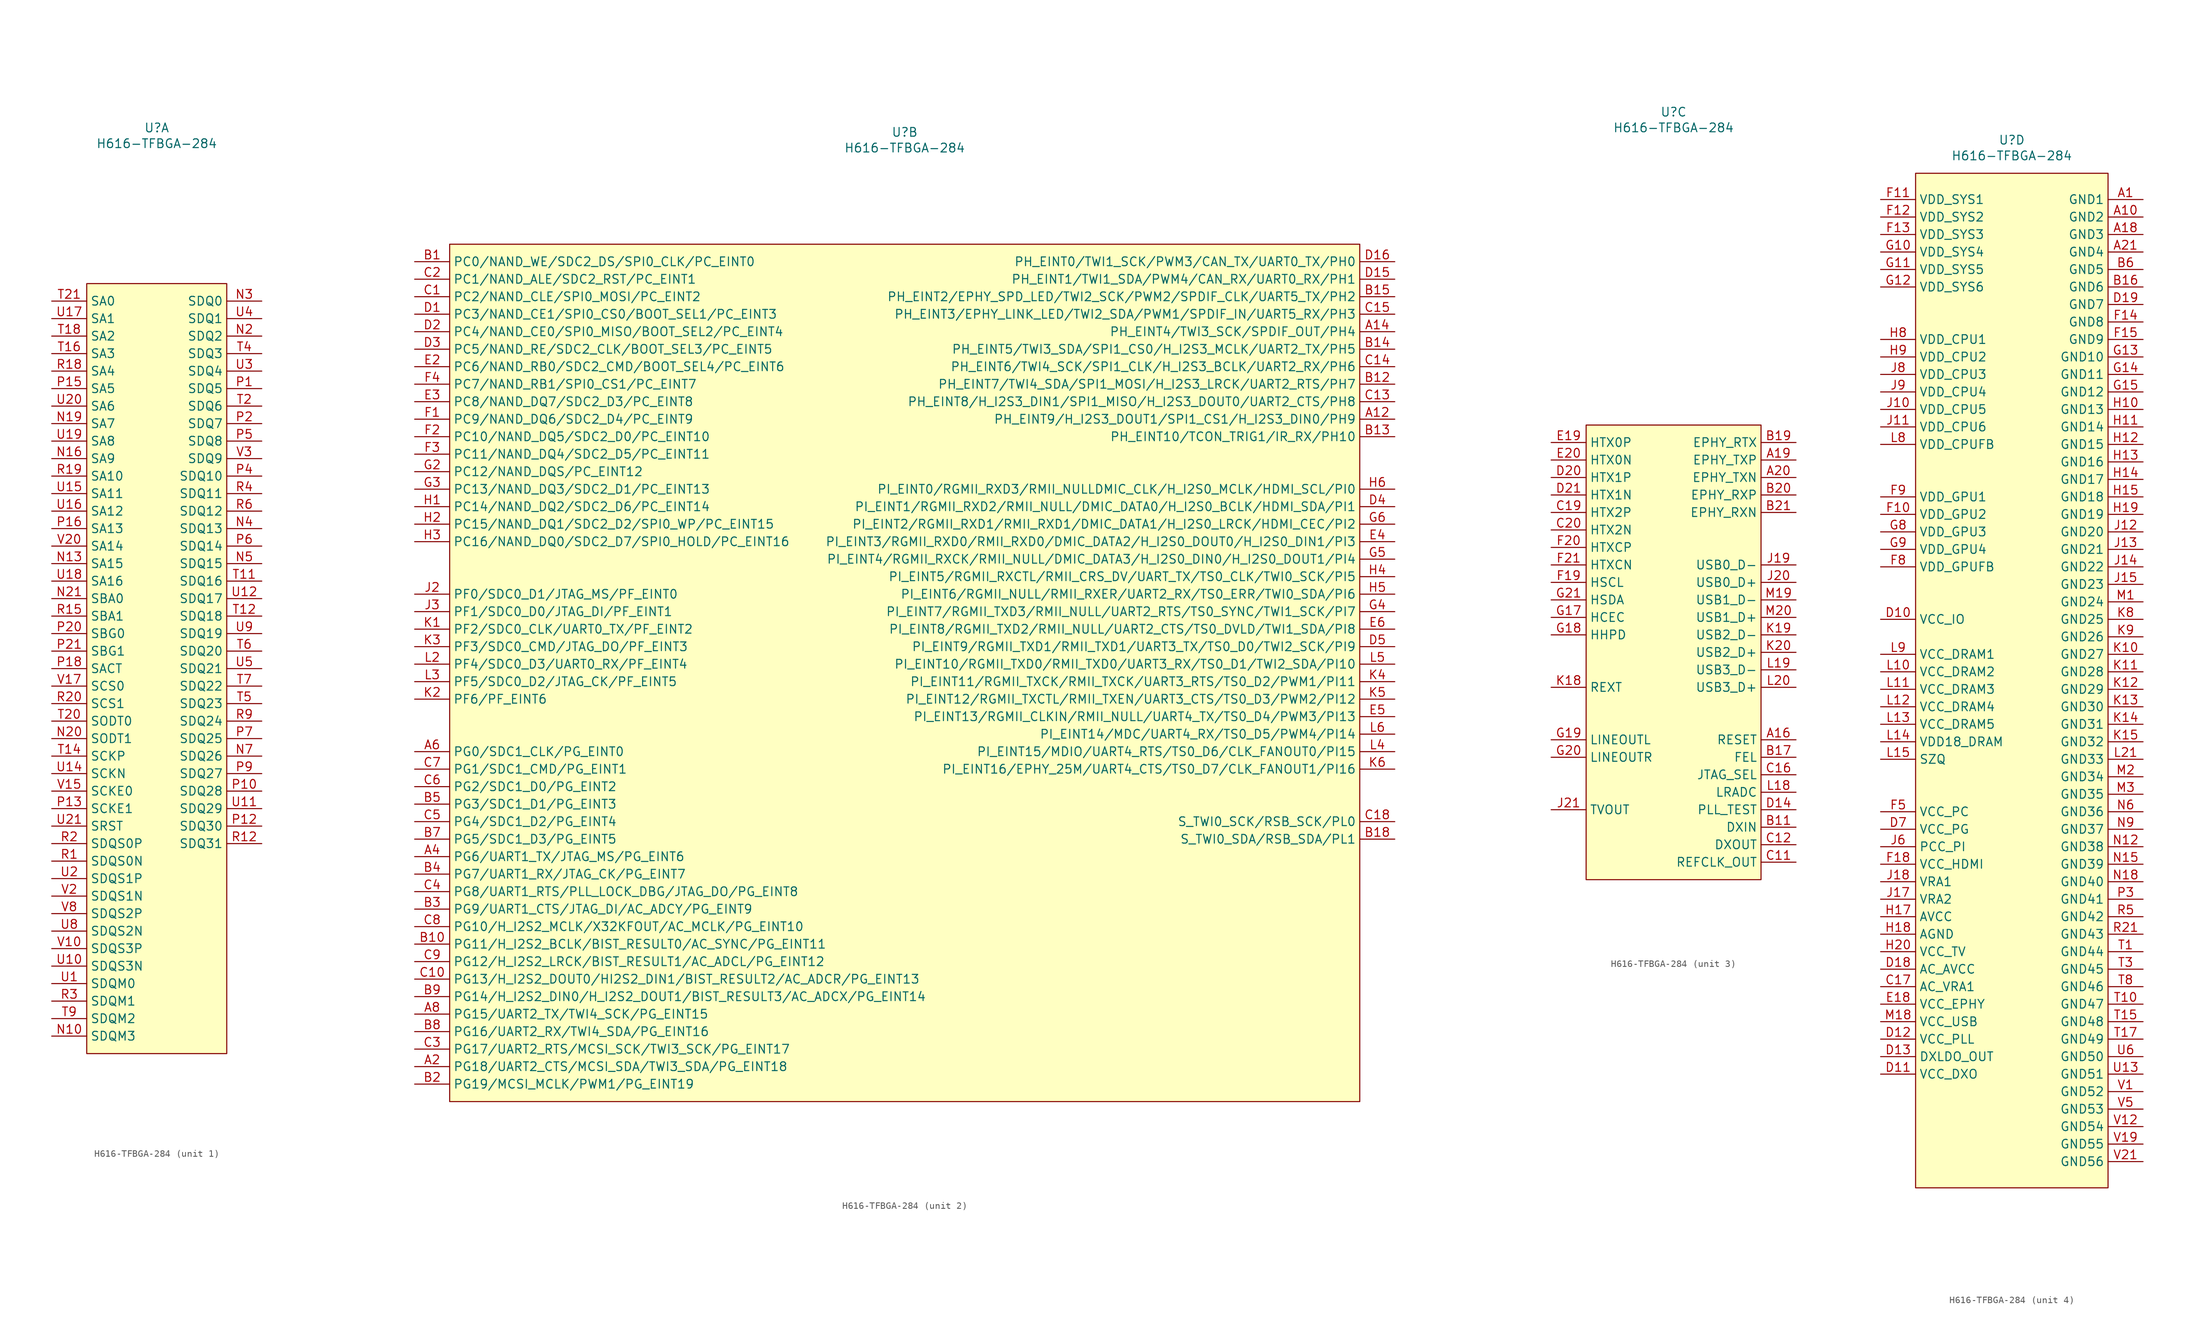
<source format=kicad_sym>
(kicad_symbol_lib
  (version 20241209)
  (generator "kicad_symbol_editor")
  (generator_version "9.0")
  (symbol "H616-TFBGA-284"
    (property "Reference" "U"
      (at 0 78.486 0)
      (effects (font (size 1.27 1.27))))
    (property "Value" "H616-TFBGA-284"
      (at 0 76.2 0)
      (effects (font (size 1.27 1.27))))
    (property "ki_locked" ""
      (at 0 0 0)
      (effects (font (size 1.27 1.27))))
    (symbol "H616-TFBGA-284_1_1"
      (rectangle (start -10.16 55.88) (end 10.16 -55.88) (stroke (width 0) (type solid)) (fill (type color) (color 255 255 194 1)))
      (pin output line (at -15.24 53.34 0) (length 5.08) (name "SA0" (effects (font (size 1.27 1.27)))) (number "T21" (effects (font (size 1.27 1.27)))))
      (pin output line (at -15.24 50.8 0) (length 5.08) (name "SA1" (effects (font (size 1.27 1.27)))) (number "U17" (effects (font (size 1.27 1.27)))))
      (pin output line (at -15.24 48.26 0) (length 5.08) (name "SA2" (effects (font (size 1.27 1.27)))) (number "T18" (effects (font (size 1.27 1.27)))))
      (pin output line (at -15.24 45.72 0) (length 5.08) (name "SA3" (effects (font (size 1.27 1.27)))) (number "T16" (effects (font (size 1.27 1.27)))))
      (pin output line (at -15.24 43.18 0) (length 5.08) (name "SA4" (effects (font (size 1.27 1.27)))) (number "R18" (effects (font (size 1.27 1.27)))))
      (pin output line (at -15.24 40.64 0) (length 5.08) (name "SA5" (effects (font (size 1.27 1.27)))) (number "P15" (effects (font (size 1.27 1.27)))))
      (pin output line (at -15.24 38.1 0) (length 5.08) (name "SA6" (effects (font (size 1.27 1.27)))) (number "U20" (effects (font (size 1.27 1.27)))))
      (pin output line (at -15.24 35.56 0) (length 5.08) (name "SA7" (effects (font (size 1.27 1.27)))) (number "N19" (effects (font (size 1.27 1.27)))))
      (pin output line (at -15.24 33.02 0) (length 5.08) (name "SA8" (effects (font (size 1.27 1.27)))) (number "U19" (effects (font (size 1.27 1.27)))))
      (pin output line (at -15.24 30.48 0) (length 5.08) (name "SA9" (effects (font (size 1.27 1.27)))) (number "N16" (effects (font (size 1.27 1.27)))))
      (pin output line (at -15.24 27.94 0) (length 5.08) (name "SA10" (effects (font (size 1.27 1.27)))) (number "R19" (effects (font (size 1.27 1.27)))))
      (pin output line (at -15.24 25.4 0) (length 5.08) (name "SA11" (effects (font (size 1.27 1.27)))) (number "U15" (effects (font (size 1.27 1.27)))))
      (pin output line (at -15.24 22.86 0) (length 5.08) (name "SA12" (effects (font (size 1.27 1.27)))) (number "U16" (effects (font (size 1.27 1.27)))))
      (pin output line (at -15.24 20.32 0) (length 5.08) (name "SA13" (effects (font (size 1.27 1.27)))) (number "P16" (effects (font (size 1.27 1.27)))))
      (pin output line (at -15.24 17.78 0) (length 5.08) (name "SA14" (effects (font (size 1.27 1.27)))) (number "V20" (effects (font (size 1.27 1.27)))))
      (pin output line (at -15.24 15.24 0) (length 5.08) (name "SA15" (effects (font (size 1.27 1.27)))) (number "N13" (effects (font (size 1.27 1.27)))))
      (pin output line (at -15.24 12.7 0) (length 5.08) (name "SA16" (effects (font (size 1.27 1.27)))) (number "U18" (effects (font (size 1.27 1.27)))))
      (pin bidirectional line (at -15.24 10.16 0) (length 5.08) (name "SBA0" (effects (font (size 1.27 1.27)))) (number "N21" (effects (font (size 1.27 1.27)))))
      (pin bidirectional line (at -15.24 7.62 0) (length 5.08) (name "SBA1" (effects (font (size 1.27 1.27)))) (number "R15" (effects (font (size 1.27 1.27)))))
      (pin bidirectional line (at -15.24 5.08 0) (length 5.08) (name "SBG0" (effects (font (size 1.27 1.27)))) (number "P20" (effects (font (size 1.27 1.27)))))
      (pin bidirectional line (at -15.24 2.54 0) (length 5.08) (name "SBG1" (effects (font (size 1.27 1.27)))) (number "P21" (effects (font (size 1.27 1.27)))))
      (pin bidirectional line (at -15.24 0 0) (length 5.08) (name "SACT" (effects (font (size 1.27 1.27)))) (number "P18" (effects (font (size 1.27 1.27)))))
      (pin bidirectional line (at -15.24 -2.54 0) (length 5.08) (name "SCS0" (effects (font (size 1.27 1.27)))) (number "V17" (effects (font (size 1.27 1.27)))))
      (pin bidirectional line (at -15.24 -5.08 0) (length 5.08) (name "SCS1" (effects (font (size 1.27 1.27)))) (number "R20" (effects (font (size 1.27 1.27)))))
      (pin bidirectional line (at -15.24 -7.62 0) (length 5.08) (name "SODT0" (effects (font (size 1.27 1.27)))) (number "T20" (effects (font (size 1.27 1.27)))))
      (pin bidirectional line (at -15.24 -10.16 0) (length 5.08) (name "SODT1" (effects (font (size 1.27 1.27)))) (number "N20" (effects (font (size 1.27 1.27)))))
      (pin bidirectional line (at -15.24 -12.7 0) (length 5.08) (name "SCKP" (effects (font (size 1.27 1.27)))) (number "T14" (effects (font (size 1.27 1.27)))))
      (pin bidirectional line (at -15.24 -15.24 0) (length 5.08) (name "SCKN" (effects (font (size 1.27 1.27)))) (number "U14" (effects (font (size 1.27 1.27)))))
      (pin bidirectional line (at -15.24 -17.78 0) (length 5.08) (name "SCKE0" (effects (font (size 1.27 1.27)))) (number "V15" (effects (font (size 1.27 1.27)))))
      (pin bidirectional line (at -15.24 -20.32 0) (length 5.08) (name "SCKE1" (effects (font (size 1.27 1.27)))) (number "P13" (effects (font (size 1.27 1.27)))))
      (pin bidirectional line (at -15.24 -22.86 0) (length 5.08) (name "SRST" (effects (font (size 1.27 1.27)))) (number "U21" (effects (font (size 1.27 1.27)))))
      (pin bidirectional line (at -15.24 -25.4 0) (length 5.08) (name "SDQS0P" (effects (font (size 1.27 1.27)))) (number "R2" (effects (font (size 1.27 1.27)))))
      (pin bidirectional line (at -15.24 -27.94 0) (length 5.08) (name "SDQS0N" (effects (font (size 1.27 1.27)))) (number "R1" (effects (font (size 1.27 1.27)))))
      (pin bidirectional line (at -15.24 -30.48 0) (length 5.08) (name "SDQS1P" (effects (font (size 1.27 1.27)))) (number "U2" (effects (font (size 1.27 1.27)))))
      (pin bidirectional line (at -15.24 -33.02 0) (length 5.08) (name "SDQS1N" (effects (font (size 1.27 1.27)))) (number "V2" (effects (font (size 1.27 1.27)))))
      (pin bidirectional line (at -15.24 -35.56 0) (length 5.08) (name "SDQS2P" (effects (font (size 1.27 1.27)))) (number "V8" (effects (font (size 1.27 1.27)))))
      (pin bidirectional line (at -15.24 -38.1 0) (length 5.08) (name "SDQS2N" (effects (font (size 1.27 1.27)))) (number "U8" (effects (font (size 1.27 1.27)))))
      (pin bidirectional line (at -15.24 -40.64 0) (length 5.08) (name "SDQS3P" (effects (font (size 1.27 1.27)))) (number "V10" (effects (font (size 1.27 1.27)))))
      (pin bidirectional line (at -15.24 -43.18 0) (length 5.08) (name "SDQS3N" (effects (font (size 1.27 1.27)))) (number "U10" (effects (font (size 1.27 1.27)))))
      (pin bidirectional line (at -15.24 -45.72 0) (length 5.08) (name "SDQM0" (effects (font (size 1.27 1.27)))) (number "U1" (effects (font (size 1.27 1.27)))))
      (pin bidirectional line (at -15.24 -48.26 0) (length 5.08) (name "SDQM1" (effects (font (size 1.27 1.27)))) (number "R3" (effects (font (size 1.27 1.27)))))
      (pin bidirectional line (at -15.24 -50.8 0) (length 5.08) (name "SDQM2" (effects (font (size 1.27 1.27)))) (number "T9" (effects (font (size 1.27 1.27)))))
      (pin bidirectional line (at -15.24 -53.34 0) (length 5.08) (name "SDQM3" (effects (font (size 1.27 1.27)))) (number "N10" (effects (font (size 1.27 1.27)))))
      (pin bidirectional line (at 15.24 53.34 180) (length 5.08) (name "SDQ0" (effects (font (size 1.27 1.27)))) (number "N3" (effects (font (size 1.27 1.27)))))
      (pin bidirectional line (at 15.24 50.8 180) (length 5.08) (name "SDQ1" (effects (font (size 1.27 1.27)))) (number "U4" (effects (font (size 1.27 1.27)))))
      (pin bidirectional line (at 15.24 48.26 180) (length 5.08) (name "SDQ2" (effects (font (size 1.27 1.27)))) (number "N2" (effects (font (size 1.27 1.27)))))
      (pin bidirectional line (at 15.24 45.72 180) (length 5.08) (name "SDQ3" (effects (font (size 1.27 1.27)))) (number "T4" (effects (font (size 1.27 1.27)))))
      (pin bidirectional line (at 15.24 43.18 180) (length 5.08) (name "SDQ4" (effects (font (size 1.27 1.27)))) (number "U3" (effects (font (size 1.27 1.27)))))
      (pin bidirectional line (at 15.24 40.64 180) (length 5.08) (name "SDQ5" (effects (font (size 1.27 1.27)))) (number "P1" (effects (font (size 1.27 1.27)))))
      (pin bidirectional line (at 15.24 38.1 180) (length 5.08) (name "SDQ6" (effects (font (size 1.27 1.27)))) (number "T2" (effects (font (size 1.27 1.27)))))
      (pin bidirectional line (at 15.24 35.56 180) (length 5.08) (name "SDQ7" (effects (font (size 1.27 1.27)))) (number "P2" (effects (font (size 1.27 1.27)))))
      (pin bidirectional line (at 15.24 33.02 180) (length 5.08) (name "SDQ8" (effects (font (size 1.27 1.27)))) (number "P5" (effects (font (size 1.27 1.27)))))
      (pin bidirectional line (at 15.24 30.48 180) (length 5.08) (name "SDQ9" (effects (font (size 1.27 1.27)))) (number "V3" (effects (font (size 1.27 1.27)))))
      (pin bidirectional line (at 15.24 27.94 180) (length 5.08) (name "SDQ10" (effects (font (size 1.27 1.27)))) (number "P4" (effects (font (size 1.27 1.27)))))
      (pin bidirectional line (at 15.24 25.4 180) (length 5.08) (name "SDQ11" (effects (font (size 1.27 1.27)))) (number "R4" (effects (font (size 1.27 1.27)))))
      (pin bidirectional line (at 15.24 22.86 180) (length 5.08) (name "SDQ12" (effects (font (size 1.27 1.27)))) (number "R6" (effects (font (size 1.27 1.27)))))
      (pin bidirectional line (at 15.24 20.32 180) (length 5.08) (name "SDQ13" (effects (font (size 1.27 1.27)))) (number "N4" (effects (font (size 1.27 1.27)))))
      (pin bidirectional line (at 15.24 17.78 180) (length 5.08) (name "SDQ14" (effects (font (size 1.27 1.27)))) (number "P6" (effects (font (size 1.27 1.27)))))
      (pin bidirectional line (at 15.24 15.24 180) (length 5.08) (name "SDQ15" (effects (font (size 1.27 1.27)))) (number "N5" (effects (font (size 1.27 1.27)))))
      (pin bidirectional line (at 15.24 12.7 180) (length 5.08) (name "SDQ16" (effects (font (size 1.27 1.27)))) (number "T11" (effects (font (size 1.27 1.27)))))
      (pin bidirectional line (at 15.24 10.16 180) (length 5.08) (name "SDQ17" (effects (font (size 1.27 1.27)))) (number "U12" (effects (font (size 1.27 1.27)))))
      (pin bidirectional line (at 15.24 7.62 180) (length 5.08) (name "SDQ18" (effects (font (size 1.27 1.27)))) (number "T12" (effects (font (size 1.27 1.27)))))
      (pin bidirectional line (at 15.24 5.08 180) (length 5.08) (name "SDQ19" (effects (font (size 1.27 1.27)))) (number "U9" (effects (font (size 1.27 1.27)))))
      (pin bidirectional line (at 15.24 2.54 180) (length 5.08) (name "SDQ20" (effects (font (size 1.27 1.27)))) (number "T6" (effects (font (size 1.27 1.27)))))
      (pin bidirectional line (at 15.24 0 180) (length 5.08) (name "SDQ21" (effects (font (size 1.27 1.27)))) (number "U5" (effects (font (size 1.27 1.27)))))
      (pin bidirectional line (at 15.24 -2.54 180) (length 5.08) (name "SDQ22" (effects (font (size 1.27 1.27)))) (number "T7" (effects (font (size 1.27 1.27)))))
      (pin bidirectional line (at 15.24 -5.08 180) (length 5.08) (name "SDQ23" (effects (font (size 1.27 1.27)))) (number "T5" (effects (font (size 1.27 1.27)))))
      (pin bidirectional line (at 15.24 -7.62 180) (length 5.08) (name "SDQ24" (effects (font (size 1.27 1.27)))) (number "R9" (effects (font (size 1.27 1.27)))))
      (pin bidirectional line (at 15.24 -10.16 180) (length 5.08) (name "SDQ25" (effects (font (size 1.27 1.27)))) (number "P7" (effects (font (size 1.27 1.27)))))
      (pin bidirectional line (at 15.24 -12.7 180) (length 5.08) (name "SDQ26" (effects (font (size 1.27 1.27)))) (number "N7" (effects (font (size 1.27 1.27)))))
      (pin bidirectional line (at 15.24 -15.24 180) (length 5.08) (name "SDQ27" (effects (font (size 1.27 1.27)))) (number "P9" (effects (font (size 1.27 1.27)))))
      (pin bidirectional line (at 15.24 -17.78 180) (length 5.08) (name "SDQ28" (effects (font (size 1.27 1.27)))) (number "P10" (effects (font (size 1.27 1.27)))))
      (pin bidirectional line (at 15.24 -20.32 180) (length 5.08) (name "SDQ29" (effects (font (size 1.27 1.27)))) (number "U11" (effects (font (size 1.27 1.27)))))
      (pin bidirectional line (at 15.24 -22.86 180) (length 5.08) (name "SDQ30" (effects (font (size 1.27 1.27)))) (number "P12" (effects (font (size 1.27 1.27)))))
      (pin bidirectional line (at 15.24 -25.4 180) (length 5.08) (name "SDQ31" (effects (font (size 1.27 1.27)))) (number "R12" (effects (font (size 1.27 1.27))))))
    (symbol "H616-TFBGA-284_2_1"
      (rectangle (start -66.04 62.23) (end 66.04 -62.23) (stroke (width 0) (type solid)) (fill (type color) (color 255 255 194 1)))
      (pin bidirectional line (at -71.12 59.69 0) (length 5.08) (name "PC0/NAND_WE/SDC2_DS/SPI0_CLK/PC_EINT0" (effects (font (size 1.27 1.27)))) (number "B1" (effects (font (size 1.27 1.27)))))
      (pin bidirectional line (at -71.12 57.15 0) (length 5.08) (name "PC1/NAND_ALE/SDC2_RST/PC_EINT1" (effects (font (size 1.27 1.27)))) (number "C2" (effects (font (size 1.27 1.27)))))
      (pin bidirectional line (at -71.12 54.61 0) (length 5.08) (name "PC2/NAND_CLE/SPI0_MOSI/PC_EINT2" (effects (font (size 1.27 1.27)))) (number "C1" (effects (font (size 1.27 1.27)))))
      (pin bidirectional line (at -71.12 52.07 0) (length 5.08) (name "PC3/NAND_CE1/SPI0_CS0/BOOT_SEL1/PC_EINT3" (effects (font (size 1.27 1.27)))) (number "D1" (effects (font (size 1.27 1.27)))))
      (pin bidirectional line (at -71.12 49.53 0) (length 5.08) (name "PC4/NAND_CE0/SPI0_MISO/BOOT_SEL2/PC_EINT4" (effects (font (size 1.27 1.27)))) (number "D2" (effects (font (size 1.27 1.27)))))
      (pin bidirectional line (at -71.12 46.99 0) (length 5.08) (name "PC5/NAND_RE/SDC2_CLK/BOOT_SEL3/PC_EINT5" (effects (font (size 1.27 1.27)))) (number "D3" (effects (font (size 1.27 1.27)))))
      (pin bidirectional line (at -71.12 44.45 0) (length 5.08) (name "PC6/NAND_RB0/SDC2_CMD/BOOT_SEL4/PC_EINT6" (effects (font (size 1.27 1.27)))) (number "E2" (effects (font (size 1.27 1.27)))))
      (pin bidirectional line (at -71.12 41.91 0) (length 5.08) (name "PC7/NAND_RB1/SPI0_CS1/PC_EINT7" (effects (font (size 1.27 1.27)))) (number "F4" (effects (font (size 1.27 1.27)))))
      (pin bidirectional line (at -71.12 39.37 0) (length 5.08) (name "PC8/NAND_DQ7/SDC2_D3/PC_EINT8" (effects (font (size 1.27 1.27)))) (number "E3" (effects (font (size 1.27 1.27)))))
      (pin bidirectional line (at -71.12 36.83 0) (length 5.08) (name "PC9/NAND_DQ6/SDC2_D4/PC_EINT9" (effects (font (size 1.27 1.27)))) (number "F1" (effects (font (size 1.27 1.27)))))
      (pin bidirectional line (at -71.12 34.29 0) (length 5.08) (name "PC10/NAND_DQ5/SDC2_D0/PC_EINT10" (effects (font (size 1.27 1.27)))) (number "F2" (effects (font (size 1.27 1.27)))))
      (pin bidirectional line (at -71.12 31.75 0) (length 5.08) (name "PC11/NAND_DQ4/SDC2_D5/PC_EINT11" (effects (font (size 1.27 1.27)))) (number "F3" (effects (font (size 1.27 1.27)))))
      (pin bidirectional line (at -71.12 29.21 0) (length 5.08) (name "PC12/NAND_DQS/PC_EINT12" (effects (font (size 1.27 1.27)))) (number "G2" (effects (font (size 1.27 1.27)))))
      (pin bidirectional line (at -71.12 26.67 0) (length 5.08) (name "PC13/NAND_DQ3/SDC2_D1/PC_EINT13" (effects (font (size 1.27 1.27)))) (number "G3" (effects (font (size 1.27 1.27)))))
      (pin bidirectional line (at -71.12 24.13 0) (length 5.08) (name "PC14/NAND_DQ2/SDC2_D6/PC_EINT14" (effects (font (size 1.27 1.27)))) (number "H1" (effects (font (size 1.27 1.27)))))
      (pin bidirectional line (at -71.12 21.59 0) (length 5.08) (name "PC15/NAND_DQ1/SDC2_D2/SPI0_WP/PC_EINT15" (effects (font (size 1.27 1.27)))) (number "H2" (effects (font (size 1.27 1.27)))))
      (pin bidirectional line (at -71.12 19.05 0) (length 5.08) (name "PC16/NAND_DQ0/SDC2_D7/SPI0_HOLD/PC_EINT16" (effects (font (size 1.27 1.27)))) (number "H3" (effects (font (size 1.27 1.27)))))
      (pin bidirectional line (at -71.12 11.43 0) (length 5.08) (name "PF0/SDC0_D1/JTAG_MS/PF_EINT0" (effects (font (size 1.27 1.27)))) (number "J2" (effects (font (size 1.27 1.27)))))
      (pin bidirectional line (at -71.12 8.89 0) (length 5.08) (name "PF1/SDC0_D0/JTAG_DI/PF_EINT1" (effects (font (size 1.27 1.27)))) (number "J3" (effects (font (size 1.27 1.27)))))
      (pin bidirectional line (at -71.12 6.35 0) (length 5.08) (name "PF2/SDC0_CLK/UART0_TX/PF_EINT2" (effects (font (size 1.27 1.27)))) (number "K1" (effects (font (size 1.27 1.27)))))
      (pin bidirectional line (at -71.12 3.81 0) (length 5.08) (name "PF3/SDC0_CMD/JTAG_DO/PF_EINT3" (effects (font (size 1.27 1.27)))) (number "K3" (effects (font (size 1.27 1.27)))))
      (pin bidirectional line (at -71.12 1.27 0) (length 5.08) (name "PF4/SDC0_D3/UART0_RX/PF_EINT4" (effects (font (size 1.27 1.27)))) (number "L2" (effects (font (size 1.27 1.27)))))
      (pin bidirectional line (at -71.12 -1.27 0) (length 5.08) (name "PF5/SDC0_D2/JTAG_CK/PF_EINT5" (effects (font (size 1.27 1.27)))) (number "L3" (effects (font (size 1.27 1.27)))))
      (pin bidirectional line (at -71.12 -3.81 0) (length 5.08) (name "PF6/PF_EINT6" (effects (font (size 1.27 1.27)))) (number "K2" (effects (font (size 1.27 1.27)))))
      (pin bidirectional line (at -71.12 -11.43 0) (length 5.08) (name "PG0/SDC1_CLK/PG_EINT0" (effects (font (size 1.27 1.27)))) (number "A6" (effects (font (size 1.27 1.27)))))
      (pin bidirectional line (at -71.12 -13.97 0) (length 5.08) (name "PG1/SDC1_CMD/PG_EINT1" (effects (font (size 1.27 1.27)))) (number "C7" (effects (font (size 1.27 1.27)))))
      (pin bidirectional line (at -71.12 -16.51 0) (length 5.08) (name "PG2/SDC1_D0/PG_EINT2" (effects (font (size 1.27 1.27)))) (number "C6" (effects (font (size 1.27 1.27)))))
      (pin bidirectional line (at -71.12 -19.05 0) (length 5.08) (name "PG3/SDC1_D1/PG_EINT3" (effects (font (size 1.27 1.27)))) (number "B5" (effects (font (size 1.27 1.27)))))
      (pin bidirectional line (at -71.12 -21.59 0) (length 5.08) (name "PG4/SDC1_D2/PG_EINT4" (effects (font (size 1.27 1.27)))) (number "C5" (effects (font (size 1.27 1.27)))))
      (pin bidirectional line (at -71.12 -24.13 0) (length 5.08) (name "PG5/SDC1_D3/PG_EINT5" (effects (font (size 1.27 1.27)))) (number "B7" (effects (font (size 1.27 1.27)))))
      (pin bidirectional line (at -71.12 -26.67 0) (length 5.08) (name "PG6/UART1_TX/JTAG_MS/PG_EINT6" (effects (font (size 1.27 1.27)))) (number "A4" (effects (font (size 1.27 1.27)))))
      (pin bidirectional line (at -71.12 -29.21 0) (length 5.08) (name "PG7/UART1_RX/JTAG_CK/PG_EINT7" (effects (font (size 1.27 1.27)))) (number "B4" (effects (font (size 1.27 1.27)))))
      (pin bidirectional line (at -71.12 -31.75 0) (length 5.08) (name "PG8/UART1_RTS/PLL_LOCK_DBG/JTAG_DO/PG_EINT8" (effects (font (size 1.27 1.27)))) (number "C4" (effects (font (size 1.27 1.27)))))
      (pin bidirectional line (at -71.12 -34.29 0) (length 5.08) (name "PG9/UART1_CTS/JTAG_DI/AC_ADCY/PG_EINT9" (effects (font (size 1.27 1.27)))) (number "B3" (effects (font (size 1.27 1.27)))))
      (pin bidirectional line (at -71.12 -36.83 0) (length 5.08) (name "PG10/H_I2S2_MCLK/X32KFOUT/AC_MCLK/PG_EINT10" (effects (font (size 1.27 1.27)))) (number "C8" (effects (font (size 1.27 1.27)))))
      (pin bidirectional line (at -71.12 -39.37 0) (length 5.08) (name "PG11/H_I2S2_BCLK/BIST_RESULT0/AC_SYNC/PG_EINT11" (effects (font (size 1.27 1.27)))) (number "B10" (effects (font (size 1.27 1.27)))))
      (pin bidirectional line (at -71.12 -41.91 0) (length 5.08) (name "PG12/H_I2S2_LRCK/BIST_RESULT1/AC_ADCL/PG_EINT12" (effects (font (size 1.27 1.27)))) (number "C9" (effects (font (size 1.27 1.27)))))
      (pin bidirectional line (at -71.12 -44.45 0) (length 5.08) (name "PG13/H_I2S2_DOUT0/HI2S2_DIN1/BIST_RESULT2/AC_ADCR/PG_EINT13" (effects (font (size 1.27 1.27)))) (number "C10" (effects (font (size 1.27 1.27)))))
      (pin bidirectional line (at -71.12 -46.99 0) (length 5.08) (name "PG14/H_I2S2_DIN0/H_I2S2_DOUT1/BIST_RESULT3/AC_ADCX/PG_EINT14" (effects (font (size 1.27 1.27)))) (number "B9" (effects (font (size 1.27 1.27)))))
      (pin bidirectional line (at -71.12 -49.53 0) (length 5.08) (name "PG15/UART2_TX/TWI4_SCK/PG_EINT15" (effects (font (size 1.27 1.27)))) (number "A8" (effects (font (size 1.27 1.27)))))
      (pin bidirectional line (at -71.12 -52.07 0) (length 5.08) (name "PG16/UART2_RX/TWI4_SDA/PG_EINT16" (effects (font (size 1.27 1.27)))) (number "B8" (effects (font (size 1.27 1.27)))))
      (pin bidirectional line (at -71.12 -54.61 0) (length 5.08) (name "PG17/UART2_RTS/MCSI_SCK/TWI3_SCK/PG_EINT17" (effects (font (size 1.27 1.27)))) (number "C3" (effects (font (size 1.27 1.27)))))
      (pin bidirectional line (at -71.12 -57.15 0) (length 5.08) (name "PG18/UART2_CTS/MCSI_SDA/TWI3_SDA/PG_EINT18" (effects (font (size 1.27 1.27)))) (number "A2" (effects (font (size 1.27 1.27)))))
      (pin bidirectional line (at -71.12 -59.69 0) (length 5.08) (name "PG19/MCSI_MCLK/PWM1/PG_EINT19" (effects (font (size 1.27 1.27)))) (number "B2" (effects (font (size 1.27 1.27)))))
      (pin bidirectional line (at 71.12 59.69 180) (length 5.08) (name "PH_EINT0/TWI1_SCK/PWM3/CAN_TX/UART0_TX/PH0" (effects (font (size 1.27 1.27)))) (number "D16" (effects (font (size 1.27 1.27)))))
      (pin bidirectional line (at 71.12 57.15 180) (length 5.08) (name "PH_EINT1/TWI1_SDA/PWM4/CAN_RX/UART0_RX/PH1" (effects (font (size 1.27 1.27)))) (number "D15" (effects (font (size 1.27 1.27)))))
      (pin bidirectional line (at 71.12 54.61 180) (length 5.08) (name "PH_EINT2/EPHY_SPD_LED/TWI2_SCK/PWM2/SPDIF_CLK/UART5_TX/PH2" (effects (font (size 1.27 1.27)))) (number "B15" (effects (font (size 1.27 1.27)))))
      (pin bidirectional line (at 71.12 52.07 180) (length 5.08) (name "PH_EINT3/EPHY_LINK_LED/TWI2_SDA/PWM1/SPDIF_IN/UART5_RX/PH3" (effects (font (size 1.27 1.27)))) (number "C15" (effects (font (size 1.27 1.27)))))
      (pin bidirectional line (at 71.12 49.53 180) (length 5.08) (name "PH_EINT4/TWI3_SCK/SPDIF_OUT/PH4" (effects (font (size 1.27 1.27)))) (number "A14" (effects (font (size 1.27 1.27)))))
      (pin bidirectional line (at 71.12 46.99 180) (length 5.08) (name "PH_EINT5/TWI3_SDA/SPI1_CS0/H_I2S3_MCLK/UART2_TX/PH5" (effects (font (size 1.27 1.27)))) (number "B14" (effects (font (size 1.27 1.27)))))
      (pin bidirectional line (at 71.12 44.45 180) (length 5.08) (name "PH_EINT6/TWI4_SCK/SPI1_CLK/H_I2S3_BCLK/UART2_RX/PH6" (effects (font (size 1.27 1.27)))) (number "C14" (effects (font (size 1.27 1.27)))))
      (pin bidirectional line (at 71.12 41.91 180) (length 5.08) (name "PH_EINT7/TWI4_SDA/SPI1_MOSI/H_I2S3_LRCK/UART2_RTS/PH7" (effects (font (size 1.27 1.27)))) (number "B12" (effects (font (size 1.27 1.27)))))
      (pin bidirectional line (at 71.12 39.37 180) (length 5.08) (name "PH_EINT8/H_I2S3_DIN1/SPI1_MISO/H_I2S3_DOUT0/UART2_CTS/PH8" (effects (font (size 1.27 1.27)))) (number "C13" (effects (font (size 1.27 1.27)))))
      (pin bidirectional line (at 71.12 36.83 180) (length 5.08) (name "PH_EINT9/H_I2S3_DOUT1/SPI1_CS1/H_I2S3_DIN0/PH9" (effects (font (size 1.27 1.27)))) (number "A12" (effects (font (size 1.27 1.27)))))
      (pin bidirectional line (at 71.12 34.29 180) (length 5.08) (name "PH_EINT10/TCON_TRIG1/IR_RX/PH10" (effects (font (size 1.27 1.27)))) (number "B13" (effects (font (size 1.27 1.27)))))
      (pin bidirectional line (at 71.12 26.67 180) (length 5.08) (name "PI_EINT0/RGMII_RXD3/RMII_NULLDMIC_CLK/H_I2S0_MCLK/HDMI_SCL/PI0" (effects (font (size 1.27 1.27)))) (number "H6" (effects (font (size 1.27 1.27)))))
      (pin bidirectional line (at 71.12 24.13 180) (length 5.08) (name "PI_EINT1/RGMII_RXD2/RMII_NULL/DMIC_DATA0/H_I2S0_BCLK/HDMI_SDA/PI1" (effects (font (size 1.27 1.27)))) (number "D4" (effects (font (size 1.27 1.27)))))
      (pin bidirectional line (at 71.12 21.59 180) (length 5.08) (name "PI_EINT2/RGMII_RXD1/RMII_RXD1/DMIC_DATA1/H_I2S0_LRCK/HDMI_CEC/PI2" (effects (font (size 1.27 1.27)))) (number "G6" (effects (font (size 1.27 1.27)))))
      (pin bidirectional line (at 71.12 19.05 180) (length 5.08) (name "PI_EINT3/RGMII_RXD0/RMII_RXD0/DMIC_DATA2/H_I2S0_DOUT0/H_I2S0_DIN1/PI3" (effects (font (size 1.27 1.27)))) (number "E4" (effects (font (size 1.27 1.27)))))
      (pin bidirectional line (at 71.12 16.51 180) (length 5.08) (name "PI_EINT4/RGMII_RXCK/RMII_NULL/DMIC_DATA3/H_I2S0_DIN0/H_I2S0_DOUT1/PI4" (effects (font (size 1.27 1.27)))) (number "G5" (effects (font (size 1.27 1.27)))))
      (pin bidirectional line (at 71.12 13.97 180) (length 5.08) (name "PI_EINT5/RGMII_RXCTL/RMII_CRS_DV/UART_TX/TS0_CLK/TWI0_SCK/PI5" (effects (font (size 1.27 1.27)))) (number "H4" (effects (font (size 1.27 1.27)))))
      (pin bidirectional line (at 71.12 11.43 180) (length 5.08) (name "PI_EINT6/RGMII_NULL/RMII_RXER/UART2_RX/TS0_ERR/TWI0_SDA/PI6" (effects (font (size 1.27 1.27)))) (number "H5" (effects (font (size 1.27 1.27)))))
      (pin bidirectional line (at 71.12 8.89 180) (length 5.08) (name "PI_EINT7/RGMII_TXD3/RMII_NULL/UART2_RTS/TS0_SYNC/TWI1_SCK/PI7" (effects (font (size 1.27 1.27)))) (number "G4" (effects (font (size 1.27 1.27)))))
      (pin bidirectional line (at 71.12 6.35 180) (length 5.08) (name "PI_EINT8/RGMII_TXD2/RMII_NULL/UART2_CTS/TS0_DVLD/TWI1_SDA/PI8" (effects (font (size 1.27 1.27)))) (number "E6" (effects (font (size 1.27 1.27)))))
      (pin bidirectional line (at 71.12 3.81 180) (length 5.08) (name "PI_EINT9/RGMII_TXD1/RMII_TXD1/UART3_TX/TS0_D0/TWI2_SCK/PI9" (effects (font (size 1.27 1.27)))) (number "D5" (effects (font (size 1.27 1.27)))))
      (pin bidirectional line (at 71.12 1.27 180) (length 5.08) (name "PI_EINT10/RGMII_TXD0/RMII_TXD0/UART3_RX/TS0_D1/TWI2_SDA/PI10" (effects (font (size 1.27 1.27)))) (number "L5" (effects (font (size 1.27 1.27)))))
      (pin bidirectional line (at 71.12 -1.27 180) (length 5.08) (name "PI_EINT11/RGMII_TXCK/RMII_TXCK/UART3_RTS/TS0_D2/PWM1/PI11" (effects (font (size 1.27 1.27)))) (number "K4" (effects (font (size 1.27 1.27)))))
      (pin bidirectional line (at 71.12 -3.81 180) (length 5.08) (name "PI_EINT12/RGMII_TXCTL/RMII_TXEN/UART3_CTS/TS0_D3/PWM2/PI12" (effects (font (size 1.27 1.27)))) (number "K5" (effects (font (size 1.27 1.27)))))
      (pin bidirectional line (at 71.12 -6.35 180) (length 5.08) (name "PI_EINT13/RGMII_CLKIN/RMII_NULL/UART4_TX/TS0_D4/PWM3/PI13" (effects (font (size 1.27 1.27)))) (number "E5" (effects (font (size 1.27 1.27)))))
      (pin bidirectional line (at 71.12 -8.89 180) (length 5.08) (name "PI_EINT14/MDC/UART4_RX/TS0_D5/PWM4/PI14" (effects (font (size 1.27 1.27)))) (number "L6" (effects (font (size 1.27 1.27)))))
      (pin bidirectional line (at 71.12 -11.43 180) (length 5.08) (name "PI_EINT15/MDIO/UART4_RTS/TS0_D6/CLK_FANOUT0/PI15" (effects (font (size 1.27 1.27)))) (number "L4" (effects (font (size 1.27 1.27)))))
      (pin bidirectional line (at 71.12 -13.97 180) (length 5.08) (name "PI_EINT16/EPHY_25M/UART4_CTS/TS0_D7/CLK_FANOUT1/PI16" (effects (font (size 1.27 1.27)))) (number "K6" (effects (font (size 1.27 1.27)))))
      (pin bidirectional line (at 71.12 -21.59 180) (length 5.08) (name "S_TWI0_SCK/RSB_SCK/PL0" (effects (font (size 1.27 1.27)))) (number "C18" (effects (font (size 1.27 1.27)))))
      (pin bidirectional line (at 71.12 -24.13 180) (length 5.08) (name "S_TWI0_SDA/RSB_SDA/PL1" (effects (font (size 1.27 1.27)))) (number "B18" (effects (font (size 1.27 1.27))))))
    (symbol "H616-TFBGA-284_3_1"
      (rectangle (start -12.7 33.02) (end 12.7 -33.02) (stroke (width 0) (type solid)) (fill (type color) (color 255 255 194 1)))
      (pin bidirectional line (at -17.78 30.48 0) (length 5.08) (name "HTX0P" (effects (font (size 1.27 1.27)))) (number "E19" (effects (font (size 1.27 1.27)))))
      (pin bidirectional line (at -17.78 27.94 0) (length 5.08) (name "HTX0N" (effects (font (size 1.27 1.27)))) (number "E20" (effects (font (size 1.27 1.27)))))
      (pin bidirectional line (at -17.78 25.4 0) (length 5.08) (name "HTX1P" (effects (font (size 1.27 1.27)))) (number "D20" (effects (font (size 1.27 1.27)))))
      (pin bidirectional line (at -17.78 22.86 0) (length 5.08) (name "HTX1N" (effects (font (size 1.27 1.27)))) (number "D21" (effects (font (size 1.27 1.27)))))
      (pin bidirectional line (at -17.78 20.32 0) (length 5.08) (name "HTX2P" (effects (font (size 1.27 1.27)))) (number "C19" (effects (font (size 1.27 1.27)))))
      (pin bidirectional line (at -17.78 17.78 0) (length 5.08) (name "HTX2N" (effects (font (size 1.27 1.27)))) (number "C20" (effects (font (size 1.27 1.27)))))
      (pin bidirectional line (at -17.78 15.24 0) (length 5.08) (name "HTXCP" (effects (font (size 1.27 1.27)))) (number "F20" (effects (font (size 1.27 1.27)))))
      (pin bidirectional line (at -17.78 12.7 0) (length 5.08) (name "HTXCN" (effects (font (size 1.27 1.27)))) (number "F21" (effects (font (size 1.27 1.27)))))
      (pin bidirectional line (at -17.78 10.16 0) (length 5.08) (name "HSCL" (effects (font (size 1.27 1.27)))) (number "F19" (effects (font (size 1.27 1.27)))))
      (pin bidirectional line (at -17.78 7.62 0) (length 5.08) (name "HSDA" (effects (font (size 1.27 1.27)))) (number "G21" (effects (font (size 1.27 1.27)))))
      (pin bidirectional line (at -17.78 5.08 0) (length 5.08) (name "HCEC" (effects (font (size 1.27 1.27)))) (number "G17" (effects (font (size 1.27 1.27)))))
      (pin bidirectional line (at -17.78 2.54 0) (length 5.08) (name "HHPD" (effects (font (size 1.27 1.27)))) (number "G18" (effects (font (size 1.27 1.27)))))
      (pin bidirectional line (at -17.78 -5.08 0) (length 5.08) (name "REXT" (effects (font (size 1.27 1.27)))) (number "K18" (effects (font (size 1.27 1.27)))))
      (pin bidirectional line (at -17.78 -12.7 0) (length 5.08) (name "LINEOUTL" (effects (font (size 1.27 1.27)))) (number "G19" (effects (font (size 1.27 1.27)))))
      (pin bidirectional line (at -17.78 -15.24 0) (length 5.08) (name "LINEOUTR" (effects (font (size 1.27 1.27)))) (number "G20" (effects (font (size 1.27 1.27)))))
      (pin bidirectional line (at -17.78 -22.86 0) (length 5.08) (name "TVOUT" (effects (font (size 1.27 1.27)))) (number "J21" (effects (font (size 1.27 1.27)))))
      (pin bidirectional line (at 17.78 30.48 180) (length 5.08) (name "EPHY_RTX" (effects (font (size 1.27 1.27)))) (number "B19" (effects (font (size 1.27 1.27)))))
      (pin bidirectional line (at 17.78 27.94 180) (length 5.08) (name "EPHY_TXP" (effects (font (size 1.27 1.27)))) (number "A19" (effects (font (size 1.27 1.27)))))
      (pin bidirectional line (at 17.78 25.4 180) (length 5.08) (name "EPHY_TXN" (effects (font (size 1.27 1.27)))) (number "A20" (effects (font (size 1.27 1.27)))))
      (pin bidirectional line (at 17.78 22.86 180) (length 5.08) (name "EPHY_RXP" (effects (font (size 1.27 1.27)))) (number "B20" (effects (font (size 1.27 1.27)))))
      (pin bidirectional line (at 17.78 20.32 180) (length 5.08) (name "EPHY_RXN" (effects (font (size 1.27 1.27)))) (number "B21" (effects (font (size 1.27 1.27)))))
      (pin bidirectional line (at 17.78 12.7 180) (length 5.08) (name "USB0_D-" (effects (font (size 1.27 1.27)))) (number "J19" (effects (font (size 1.27 1.27)))))
      (pin bidirectional line (at 17.78 10.16 180) (length 5.08) (name "USB0_D+" (effects (font (size 1.27 1.27)))) (number "J20" (effects (font (size 1.27 1.27)))))
      (pin bidirectional line (at 17.78 7.62 180) (length 5.08) (name "USB1_D-" (effects (font (size 1.27 1.27)))) (number "M19" (effects (font (size 1.27 1.27)))))
      (pin bidirectional line (at 17.78 5.08 180) (length 5.08) (name "USB1_D+" (effects (font (size 1.27 1.27)))) (number "M20" (effects (font (size 1.27 1.27)))))
      (pin bidirectional line (at 17.78 2.54 180) (length 5.08) (name "USB2_D-" (effects (font (size 1.27 1.27)))) (number "K19" (effects (font (size 1.27 1.27)))))
      (pin bidirectional line (at 17.78 0 180) (length 5.08) (name "USB2_D+" (effects (font (size 1.27 1.27)))) (number "K20" (effects (font (size 1.27 1.27)))))
      (pin bidirectional line (at 17.78 -2.54 180) (length 5.08) (name "USB3_D-" (effects (font (size 1.27 1.27)))) (number "L19" (effects (font (size 1.27 1.27)))))
      (pin bidirectional line (at 17.78 -5.08 180) (length 5.08) (name "USB3_D+" (effects (font (size 1.27 1.27)))) (number "L20" (effects (font (size 1.27 1.27)))))
      (pin bidirectional line (at 17.78 -12.7 180) (length 5.08) (name "RESET" (effects (font (size 1.27 1.27)))) (number "A16" (effects (font (size 1.27 1.27)))))
      (pin bidirectional line (at 17.78 -15.24 180) (length 5.08) (name "FEL" (effects (font (size 1.27 1.27)))) (number "B17" (effects (font (size 1.27 1.27)))))
      (pin bidirectional line (at 17.78 -17.78 180) (length 5.08) (name "JTAG_SEL" (effects (font (size 1.27 1.27)))) (number "C16" (effects (font (size 1.27 1.27)))))
      (pin bidirectional line (at 17.78 -20.32 180) (length 5.08) (name "LRADC" (effects (font (size 1.27 1.27)))) (number "L18" (effects (font (size 1.27 1.27)))))
      (pin bidirectional line (at 17.78 -22.86 180) (length 5.08) (name "PLL_TEST" (effects (font (size 1.27 1.27)))) (number "D14" (effects (font (size 1.27 1.27)))))
      (pin bidirectional line (at 17.78 -25.4 180) (length 5.08) (name "DXIN" (effects (font (size 1.27 1.27)))) (number "B11" (effects (font (size 1.27 1.27)))))
      (pin bidirectional line (at 17.78 -27.94 180) (length 5.08) (name "DXOUT" (effects (font (size 1.27 1.27)))) (number "C12" (effects (font (size 1.27 1.27)))))
      (pin bidirectional line (at 17.78 -30.48 180) (length 5.08) (name "REFCLK_OUT" (effects (font (size 1.27 1.27)))) (number "C11" (effects (font (size 1.27 1.27))))))
    (symbol "H616-TFBGA-284_4_1"
      (rectangle (start -13.97 73.66) (end 13.97 -73.66) (stroke (width 0) (type solid)) (fill (type color) (color 255 255 194 1)))
      (pin power_in line (at -19.05 69.85 0) (length 5.08) (name "VDD_SYS1" (effects (font (size 1.27 1.27)))) (number "F11" (effects (font (size 1.27 1.27)))))
      (pin power_in line (at -19.05 67.31 0) (length 5.08) (name "VDD_SYS2" (effects (font (size 1.27 1.27)))) (number "F12" (effects (font (size 1.27 1.27)))))
      (pin power_in line (at -19.05 64.77 0) (length 5.08) (name "VDD_SYS3" (effects (font (size 1.27 1.27)))) (number "F13" (effects (font (size 1.27 1.27)))))
      (pin power_in line (at -19.05 62.23 0) (length 5.08) (name "VDD_SYS4" (effects (font (size 1.27 1.27)))) (number "G10" (effects (font (size 1.27 1.27)))))
      (pin power_in line (at -19.05 59.69 0) (length 5.08) (name "VDD_SYS5" (effects (font (size 1.27 1.27)))) (number "G11" (effects (font (size 1.27 1.27)))))
      (pin power_in line (at -19.05 57.15 0) (length 5.08) (name "VDD_SYS6" (effects (font (size 1.27 1.27)))) (number "G12" (effects (font (size 1.27 1.27)))))
      (pin power_in line (at -19.05 49.53 0) (length 5.08) (name "VDD_CPU1" (effects (font (size 1.27 1.27)))) (number "H8" (effects (font (size 1.27 1.27)))))
      (pin power_in line (at -19.05 46.99 0) (length 5.08) (name "VDD_CPU2" (effects (font (size 1.27 1.27)))) (number "H9" (effects (font (size 1.27 1.27)))))
      (pin power_in line (at -19.05 44.45 0) (length 5.08) (name "VDD_CPU3" (effects (font (size 1.27 1.27)))) (number "J8" (effects (font (size 1.27 1.27)))))
      (pin power_in line (at -19.05 41.91 0) (length 5.08) (name "VDD_CPU4" (effects (font (size 1.27 1.27)))) (number "J9" (effects (font (size 1.27 1.27)))))
      (pin power_in line (at -19.05 39.37 0) (length 5.08) (name "VDD_CPU5" (effects (font (size 1.27 1.27)))) (number "J10" (effects (font (size 1.27 1.27)))))
      (pin power_in line (at -19.05 36.83 0) (length 5.08) (name "VDD_CPU6" (effects (font (size 1.27 1.27)))) (number "J11" (effects (font (size 1.27 1.27)))))
      (pin power_in line (at -19.05 34.29 0) (length 5.08) (name "VDD_CPUFB" (effects (font (size 1.27 1.27)))) (number "L8" (effects (font (size 1.27 1.27)))))
      (pin power_in line (at -19.05 26.67 0) (length 5.08) (name "VDD_GPU1" (effects (font (size 1.27 1.27)))) (number "F9" (effects (font (size 1.27 1.27)))))
      (pin power_in line (at -19.05 24.13 0) (length 5.08) (name "VDD_GPU2" (effects (font (size 1.27 1.27)))) (number "F10" (effects (font (size 1.27 1.27)))))
      (pin power_in line (at -19.05 21.59 0) (length 5.08) (name "VDD_GPU3" (effects (font (size 1.27 1.27)))) (number "G8" (effects (font (size 1.27 1.27)))))
      (pin power_in line (at -19.05 19.05 0) (length 5.08) (name "VDD_GPU4" (effects (font (size 1.27 1.27)))) (number "G9" (effects (font (size 1.27 1.27)))))
      (pin power_in line (at -19.05 16.51 0) (length 5.08) (name "VDD_GPUFB" (effects (font (size 1.27 1.27)))) (number "F8" (effects (font (size 1.27 1.27)))))
      (pin power_in line (at -19.05 8.89 0) (length 5.08) (name "VCC_IO" (effects (font (size 1.27 1.27)))) (number "D10" (effects (font (size 1.27 1.27)))))
      (pin power_in line (at -19.05 3.81 0) (length 5.08) (name "VCC_DRAM1" (effects (font (size 1.27 1.27)))) (number "L9" (effects (font (size 1.27 1.27)))))
      (pin power_in line (at -19.05 1.27 0) (length 5.08) (name "VCC_DRAM2" (effects (font (size 1.27 1.27)))) (number "L10" (effects (font (size 1.27 1.27)))))
      (pin power_in line (at -19.05 -1.27 0) (length 5.08) (name "VCC_DRAM3" (effects (font (size 1.27 1.27)))) (number "L11" (effects (font (size 1.27 1.27)))))
      (pin power_in line (at -19.05 -3.81 0) (length 5.08) (name "VCC_DRAM4" (effects (font (size 1.27 1.27)))) (number "L12" (effects (font (size 1.27 1.27)))))
      (pin power_in line (at -19.05 -6.35 0) (length 5.08) (name "VCC_DRAM5" (effects (font (size 1.27 1.27)))) (number "L13" (effects (font (size 1.27 1.27)))))
      (pin power_in line (at -19.05 -8.89 0) (length 5.08) (name "VDD18_DRAM" (effects (font (size 1.27 1.27)))) (number "L14" (effects (font (size 1.27 1.27)))))
      (pin power_in line (at -19.05 -11.43 0) (length 5.08) (name "SZQ" (effects (font (size 1.27 1.27)))) (number "L15" (effects (font (size 1.27 1.27)))))
      (pin power_in line (at -19.05 -19.05 0) (length 5.08) (name "VCC_PC" (effects (font (size 1.27 1.27)))) (number "F5" (effects (font (size 1.27 1.27)))))
      (pin power_in line (at -19.05 -21.59 0) (length 5.08) (name "VCC_PG" (effects (font (size 1.27 1.27)))) (number "D7" (effects (font (size 1.27 1.27)))))
      (pin power_in line (at -19.05 -24.13 0) (length 5.08) (name "PCC_PI" (effects (font (size 1.27 1.27)))) (number "J6" (effects (font (size 1.27 1.27)))))
      (pin power_in line (at -19.05 -26.67 0) (length 5.08) (name "VCC_HDMI" (effects (font (size 1.27 1.27)))) (number "F18" (effects (font (size 1.27 1.27)))))
      (pin power_in line (at -19.05 -29.21 0) (length 5.08) (name "VRA1" (effects (font (size 1.27 1.27)))) (number "J18" (effects (font (size 1.27 1.27)))))
      (pin power_in line (at -19.05 -31.75 0) (length 5.08) (name "VRA2" (effects (font (size 1.27 1.27)))) (number "J17" (effects (font (size 1.27 1.27)))))
      (pin power_in line (at -19.05 -34.29 0) (length 5.08) (name "AVCC" (effects (font (size 1.27 1.27)))) (number "H17" (effects (font (size 1.27 1.27)))))
      (pin power_in line (at -19.05 -36.83 0) (length 5.08) (name "AGND" (effects (font (size 1.27 1.27)))) (number "H18" (effects (font (size 1.27 1.27)))))
      (pin power_in line (at -19.05 -39.37 0) (length 5.08) (name "VCC_TV" (effects (font (size 1.27 1.27)))) (number "H20" (effects (font (size 1.27 1.27)))))
      (pin power_in line (at -19.05 -41.91 0) (length 5.08) (name "AC_AVCC" (effects (font (size 1.27 1.27)))) (number "D18" (effects (font (size 1.27 1.27)))))
      (pin power_in line (at -19.05 -44.45 0) (length 5.08) (name "AC_VRA1" (effects (font (size 1.27 1.27)))) (number "C17" (effects (font (size 1.27 1.27)))))
      (pin power_in line (at -19.05 -46.99 0) (length 5.08) (name "VCC_EPHY" (effects (font (size 1.27 1.27)))) (number "E18" (effects (font (size 1.27 1.27)))))
      (pin power_in line (at -19.05 -49.53 0) (length 5.08) (name "VCC_USB" (effects (font (size 1.27 1.27)))) (number "M18" (effects (font (size 1.27 1.27)))))
      (pin power_in line (at -19.05 -52.07 0) (length 5.08) (name "VCC_PLL" (effects (font (size 1.27 1.27)))) (number "D12" (effects (font (size 1.27 1.27)))))
      (pin power_in line (at -19.05 -54.61 0) (length 5.08) (name "DXLDO_OUT" (effects (font (size 1.27 1.27)))) (number "D13" (effects (font (size 1.27 1.27)))))
      (pin power_in line (at -19.05 -57.15 0) (length 5.08) (name "VCC_DXO" (effects (font (size 1.27 1.27)))) (number "D11" (effects (font (size 1.27 1.27)))))
      (pin power_in line (at 19.05 69.85 180) (length 5.08) (name "GND1" (effects (font (size 1.27 1.27)))) (number "A1" (effects (font (size 1.27 1.27)))))
      (pin power_in line (at 19.05 67.31 180) (length 5.08) (name "GND2" (effects (font (size 1.27 1.27)))) (number "A10" (effects (font (size 1.27 1.27)))))
      (pin power_in line (at 19.05 64.77 180) (length 5.08) (name "GND3" (effects (font (size 1.27 1.27)))) (number "A18" (effects (font (size 1.27 1.27)))))
      (pin power_in line (at 19.05 62.23 180) (length 5.08) (name "GND4" (effects (font (size 1.27 1.27)))) (number "A21" (effects (font (size 1.27 1.27)))))
      (pin power_in line (at 19.05 59.69 180) (length 5.08) (name "GND5" (effects (font (size 1.27 1.27)))) (number "B6" (effects (font (size 1.27 1.27)))))
      (pin power_in line (at 19.05 57.15 180) (length 5.08) (name "GND6" (effects (font (size 1.27 1.27)))) (number "B16" (effects (font (size 1.27 1.27)))))
      (pin power_in line (at 19.05 54.61 180) (length 5.08) (name "GND7" (effects (font (size 1.27 1.27)))) (number "D19" (effects (font (size 1.27 1.27)))))
      (pin power_in line (at 19.05 52.07 180) (length 5.08) (name "GND8" (effects (font (size 1.27 1.27)))) (number "F14" (effects (font (size 1.27 1.27)))))
      (pin power_in line (at 19.05 49.53 180) (length 5.08) (name "GND9" (effects (font (size 1.27 1.27)))) (number "F15" (effects (font (size 1.27 1.27)))))
      (pin power_in line (at 19.05 46.99 180) (length 5.08) (name "GND10" (effects (font (size 1.27 1.27)))) (number "G13" (effects (font (size 1.27 1.27)))))
      (pin power_in line (at 19.05 44.45 180) (length 5.08) (name "GND11" (effects (font (size 1.27 1.27)))) (number "G14" (effects (font (size 1.27 1.27)))))
      (pin power_in line (at 19.05 41.91 180) (length 5.08) (name "GND12" (effects (font (size 1.27 1.27)))) (number "G15" (effects (font (size 1.27 1.27)))))
      (pin power_in line (at 19.05 39.37 180) (length 5.08) (name "GND13" (effects (font (size 1.27 1.27)))) (number "H10" (effects (font (size 1.27 1.27)))))
      (pin power_in line (at 19.05 36.83 180) (length 5.08) (name "GND14" (effects (font (size 1.27 1.27)))) (number "H11" (effects (font (size 1.27 1.27)))))
      (pin power_in line (at 19.05 34.29 180) (length 5.08) (name "GND15" (effects (font (size 1.27 1.27)))) (number "H12" (effects (font (size 1.27 1.27)))))
      (pin power_in line (at 19.05 31.75 180) (length 5.08) (name "GND16" (effects (font (size 1.27 1.27)))) (number "H13" (effects (font (size 1.27 1.27)))))
      (pin power_in line (at 19.05 29.21 180) (length 5.08) (name "GND17" (effects (font (size 1.27 1.27)))) (number "H14" (effects (font (size 1.27 1.27)))))
      (pin power_in line (at 19.05 26.67 180) (length 5.08) (name "GND18" (effects (font (size 1.27 1.27)))) (number "H15" (effects (font (size 1.27 1.27)))))
      (pin power_in line (at 19.05 24.13 180) (length 5.08) (name "GND19" (effects (font (size 1.27 1.27)))) (number "H19" (effects (font (size 1.27 1.27)))))
      (pin power_in line (at 19.05 21.59 180) (length 5.08) (name "GND20" (effects (font (size 1.27 1.27)))) (number "J12" (effects (font (size 1.27 1.27)))))
      (pin power_in line (at 19.05 19.05 180) (length 5.08) (name "GND21" (effects (font (size 1.27 1.27)))) (number "J13" (effects (font (size 1.27 1.27)))))
      (pin power_in line (at 19.05 16.51 180) (length 5.08) (name "GND22" (effects (font (size 1.27 1.27)))) (number "J14" (effects (font (size 1.27 1.27)))))
      (pin power_in line (at 19.05 13.97 180) (length 5.08) (name "GND23" (effects (font (size 1.27 1.27)))) (number "J15" (effects (font (size 1.27 1.27)))))
      (pin power_in line (at 19.05 11.43 180) (length 5.08) (name "GND24" (effects (font (size 1.27 1.27)))) (number "M1" (effects (font (size 1.27 1.27)))))
      (pin power_in line (at 19.05 8.89 180) (length 5.08) (name "GND25" (effects (font (size 1.27 1.27)))) (number "K8" (effects (font (size 1.27 1.27)))))
      (pin power_in line (at 19.05 6.35 180) (length 5.08) (name "GND26" (effects (font (size 1.27 1.27)))) (number "K9" (effects (font (size 1.27 1.27)))))
      (pin power_in line (at 19.05 3.81 180) (length 5.08) (name "GND27" (effects (font (size 1.27 1.27)))) (number "K10" (effects (font (size 1.27 1.27)))))
      (pin power_in line (at 19.05 1.27 180) (length 5.08) (name "GND28" (effects (font (size 1.27 1.27)))) (number "K11" (effects (font (size 1.27 1.27)))))
      (pin power_in line (at 19.05 -1.27 180) (length 5.08) (name "GND29" (effects (font (size 1.27 1.27)))) (number "K12" (effects (font (size 1.27 1.27)))))
      (pin power_in line (at 19.05 -3.81 180) (length 5.08) (name "GND30" (effects (font (size 1.27 1.27)))) (number "K13" (effects (font (size 1.27 1.27)))))
      (pin power_in line (at 19.05 -6.35 180) (length 5.08) (name "GND31" (effects (font (size 1.27 1.27)))) (number "K14" (effects (font (size 1.27 1.27)))))
      (pin power_in line (at 19.05 -8.89 180) (length 5.08) (name "GND32" (effects (font (size 1.27 1.27)))) (number "K15" (effects (font (size 1.27 1.27)))))
      (pin power_in line (at 19.05 -11.43 180) (length 5.08) (name "GND33" (effects (font (size 1.27 1.27)))) (number "L21" (effects (font (size 1.27 1.27)))))
      (pin power_in line (at 19.05 -13.97 180) (length 5.08) (name "GND34" (effects (font (size 1.27 1.27)))) (number "M2" (effects (font (size 1.27 1.27)))))
      (pin power_in line (at 19.05 -16.51 180) (length 5.08) (name "GND35" (effects (font (size 1.27 1.27)))) (number "M3" (effects (font (size 1.27 1.27)))))
      (pin power_in line (at 19.05 -19.05 180) (length 5.08) (name "GND36" (effects (font (size 1.27 1.27)))) (number "N6" (effects (font (size 1.27 1.27)))))
      (pin power_in line (at 19.05 -21.59 180) (length 5.08) (name "GND37" (effects (font (size 1.27 1.27)))) (number "N9" (effects (font (size 1.27 1.27)))))
      (pin power_in line (at 19.05 -24.13 180) (length 5.08) (name "GND38" (effects (font (size 1.27 1.27)))) (number "N12" (effects (font (size 1.27 1.27)))))
      (pin power_in line (at 19.05 -26.67 180) (length 5.08) (name "GND39" (effects (font (size 1.27 1.27)))) (number "N15" (effects (font (size 1.27 1.27)))))
      (pin power_in line (at 19.05 -29.21 180) (length 5.08) (name "GND40" (effects (font (size 1.27 1.27)))) (number "N18" (effects (font (size 1.27 1.27)))))
      (pin power_in line (at 19.05 -31.75 180) (length 5.08) (name "GND41" (effects (font (size 1.27 1.27)))) (number "P3" (effects (font (size 1.27 1.27)))))
      (pin power_in line (at 19.05 -34.29 180) (length 5.08) (name "GND42" (effects (font (size 1.27 1.27)))) (number "R5" (effects (font (size 1.27 1.27)))))
      (pin power_in line (at 19.05 -36.83 180) (length 5.08) (name "GND43" (effects (font (size 1.27 1.27)))) (number "R21" (effects (font (size 1.27 1.27)))))
      (pin power_in line (at 19.05 -39.37 180) (length 5.08) (name "GND44" (effects (font (size 1.27 1.27)))) (number "T1" (effects (font (size 1.27 1.27)))))
      (pin power_in line (at 19.05 -41.91 180) (length 5.08) (name "GND45" (effects (font (size 1.27 1.27)))) (number "T3" (effects (font (size 1.27 1.27)))))
      (pin power_in line (at 19.05 -44.45 180) (length 5.08) (name "GND46" (effects (font (size 1.27 1.27)))) (number "T8" (effects (font (size 1.27 1.27)))))
      (pin power_in line (at 19.05 -46.99 180) (length 5.08) (name "GND47" (effects (font (size 1.27 1.27)))) (number "T10" (effects (font (size 1.27 1.27)))))
      (pin power_in line (at 19.05 -49.53 180) (length 5.08) (name "GND48" (effects (font (size 1.27 1.27)))) (number "T15" (effects (font (size 1.27 1.27)))))
      (pin power_in line (at 19.05 -52.07 180) (length 5.08) (name "GND49" (effects (font (size 1.27 1.27)))) (number "T17" (effects (font (size 1.27 1.27)))))
      (pin power_in line (at 19.05 -54.61 180) (length 5.08) (name "GND50" (effects (font (size 1.27 1.27)))) (number "U6" (effects (font (size 1.27 1.27)))))
      (pin power_in line (at 19.05 -57.15 180) (length 5.08) (name "GND51" (effects (font (size 1.27 1.27)))) (number "U13" (effects (font (size 1.27 1.27)))))
      (pin power_in line (at 19.05 -59.69 180) (length 5.08) (name "GND52" (effects (font (size 1.27 1.27)))) (number "V1" (effects (font (size 1.27 1.27)))))
      (pin power_in line (at 19.05 -62.23 180) (length 5.08) (name "GND53" (effects (font (size 1.27 1.27)))) (number "V5" (effects (font (size 1.27 1.27)))))
      (pin power_in line (at 19.05 -64.77 180) (length 5.08) (name "GND54" (effects (font (size 1.27 1.27)))) (number "V12" (effects (font (size 1.27 1.27)))))
      (pin power_in line (at 19.05 -67.31 180) (length 5.08) (name "GND55" (effects (font (size 1.27 1.27)))) (number "V19" (effects (font (size 1.27 1.27)))))
      (pin power_in line (at 19.05 -69.85 180) (length 5.08) (name "GND56" (effects (font (size 1.27 1.27)))) (number "V21" (effects (font (size 1.27 1.27))))))))
</source>
